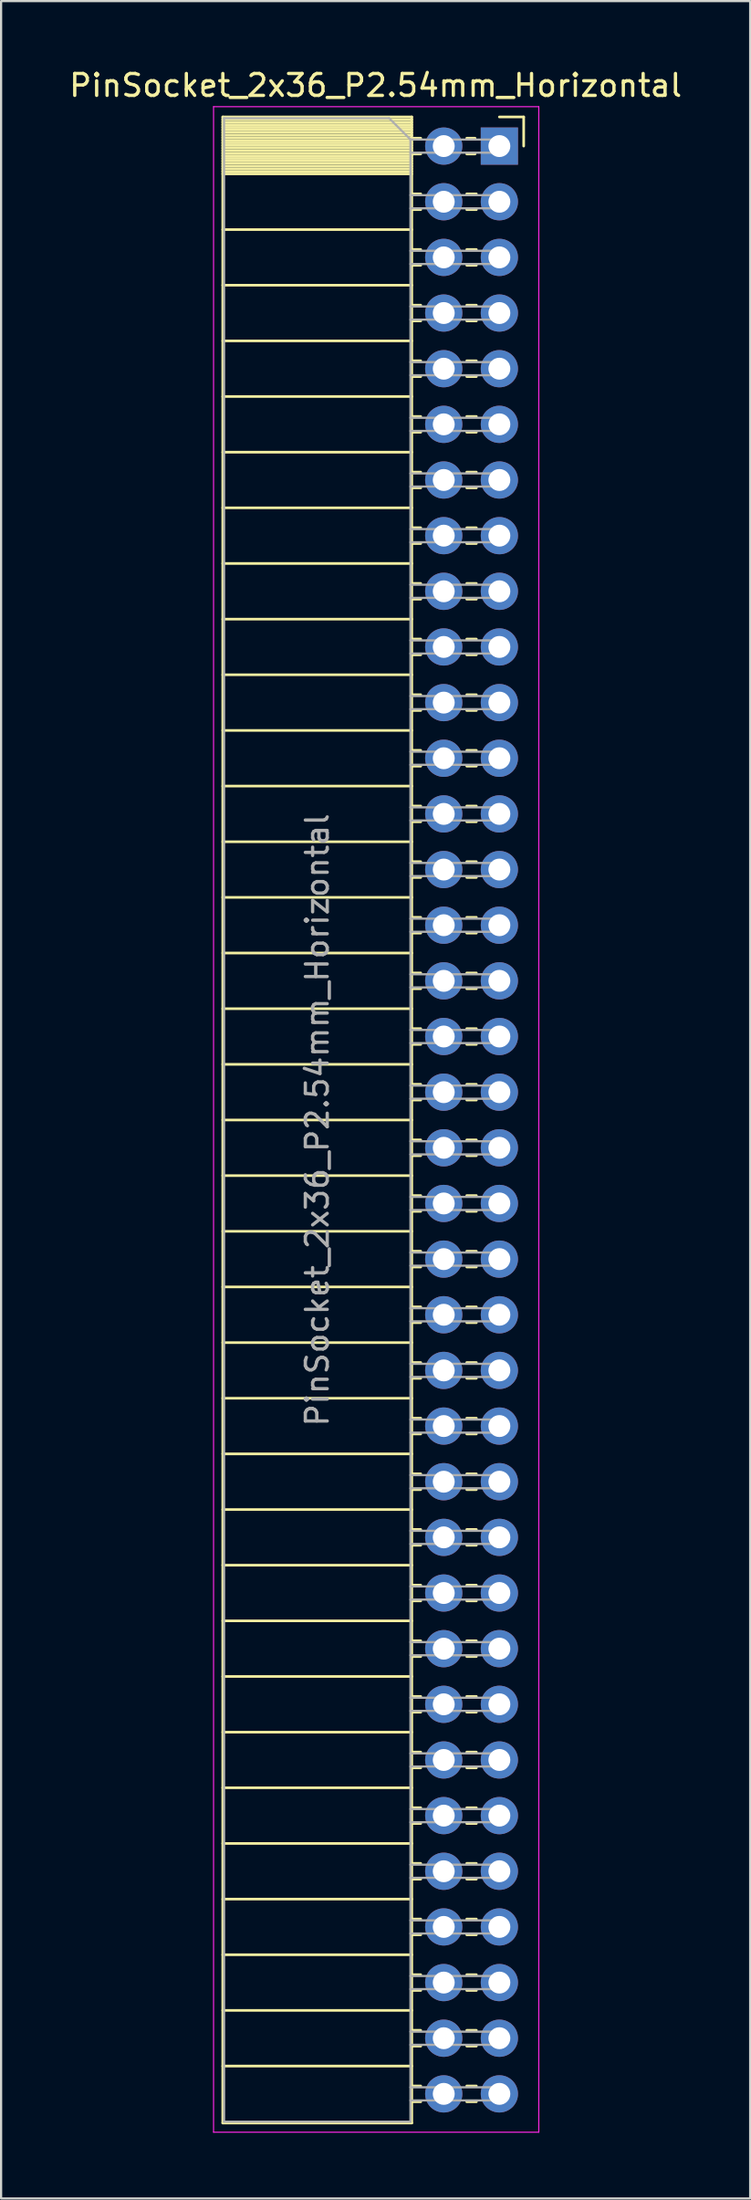
<source format=kicad_pcb>
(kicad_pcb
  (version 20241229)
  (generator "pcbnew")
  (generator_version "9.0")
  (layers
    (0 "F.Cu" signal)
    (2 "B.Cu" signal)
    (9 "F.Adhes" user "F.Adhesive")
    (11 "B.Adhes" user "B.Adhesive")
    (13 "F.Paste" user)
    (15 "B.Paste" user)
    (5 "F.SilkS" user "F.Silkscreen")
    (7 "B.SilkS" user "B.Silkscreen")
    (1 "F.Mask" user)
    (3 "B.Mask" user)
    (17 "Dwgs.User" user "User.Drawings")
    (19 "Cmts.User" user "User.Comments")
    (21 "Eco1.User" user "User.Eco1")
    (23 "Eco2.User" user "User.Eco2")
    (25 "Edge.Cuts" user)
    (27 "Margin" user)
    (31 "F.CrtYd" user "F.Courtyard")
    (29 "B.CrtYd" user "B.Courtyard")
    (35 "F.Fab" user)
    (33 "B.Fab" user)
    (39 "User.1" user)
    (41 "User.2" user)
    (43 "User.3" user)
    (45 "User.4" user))
  (footprint "PinSocket_2x36_P2.54mm_Horizontal"
    (layer "F.Cu")
    (at 19.751 3.618)
    (property "Reference" "PinSocket_2x36_P2.54mm_Horizontal" (at -5.65 -2.77 0) (layer "F.SilkS") (effects (font (size 1 1) (thickness 0.15))))
    (attr through_hole)
    (fp_line (start -12.63 -1.33) (end -12.63 90.23) (stroke (width 0.12) (type solid)) (layer "F.SilkS"))
    (fp_line (start -12.63 -1.33) (end -4 -1.33) (stroke (width 0.12) (type solid)) (layer "F.SilkS"))
    (fp_line (start -12.63 -1.21) (end -4 -1.21) (stroke (width 0.12) (type solid)) (layer "F.SilkS"))
    (fp_line (start -12.63 -1.092) (end -4 -1.092) (stroke (width 0.12) (type solid)) (layer "F.SilkS"))
    (fp_line (start -12.63 -0.974) (end -4 -0.974) (stroke (width 0.12) (type solid)) (layer "F.SilkS"))
    (fp_line (start -12.63 -0.856) (end -4 -0.856) (stroke (width 0.12) (type solid)) (layer "F.SilkS"))
    (fp_line (start -12.63 -0.738) (end -4 -0.738) (stroke (width 0.12) (type solid)) (layer "F.SilkS"))
    (fp_line (start -12.63 -0.62) (end -4 -0.62) (stroke (width 0.12) (type solid)) (layer "F.SilkS"))
    (fp_line (start -12.63 -0.501) (end -4 -0.501) (stroke (width 0.12) (type solid)) (layer "F.SilkS"))
    (fp_line (start -12.63 -0.383) (end -4 -0.383) (stroke (width 0.12) (type solid)) (layer "F.SilkS"))
    (fp_line (start -12.63 -0.265) (end -4 -0.265) (stroke (width 0.12) (type solid)) (layer "F.SilkS"))
    (fp_line (start -12.63 -0.147) (end -4 -0.147) (stroke (width 0.12) (type solid)) (layer "F.SilkS"))
    (fp_line (start -12.63 -0.029) (end -4 -0.029) (stroke (width 0.12) (type solid)) (layer "F.SilkS"))
    (fp_line (start -12.63 0.089) (end -4 0.089) (stroke (width 0.12) (type solid)) (layer "F.SilkS"))
    (fp_line (start -12.63 0.207) (end -4 0.207) (stroke (width 0.12) (type solid)) (layer "F.SilkS"))
    (fp_line (start -12.63 0.325) (end -4 0.325) (stroke (width 0.12) (type solid)) (layer "F.SilkS"))
    (fp_line (start -12.63 0.443) (end -4 0.443) (stroke (width 0.12) (type solid)) (layer "F.SilkS"))
    (fp_line (start -12.63 0.561) (end -4 0.561) (stroke (width 0.12) (type solid)) (layer "F.SilkS"))
    (fp_line (start -12.63 0.68) (end -4 0.68) (stroke (width 0.12) (type solid)) (layer "F.SilkS"))
    (fp_line (start -12.63 0.798) (end -4 0.798) (stroke (width 0.12) (type solid)) (layer "F.SilkS"))
    (fp_line (start -12.63 0.916) (end -4 0.916) (stroke (width 0.12) (type solid)) (layer "F.SilkS"))
    (fp_line (start -12.63 1.034) (end -4 1.034) (stroke (width 0.12) (type solid)) (layer "F.SilkS"))
    (fp_line (start -12.63 1.152) (end -4 1.152) (stroke (width 0.12) (type solid)) (layer "F.SilkS"))
    (fp_line (start -12.63 1.27) (end -4 1.27) (stroke (width 0.12) (type solid)) (layer "F.SilkS"))
    (fp_line (start -12.63 3.81) (end -4 3.81) (stroke (width 0.12) (type solid)) (layer "F.SilkS"))
    (fp_line (start -12.63 6.35) (end -4 6.35) (stroke (width 0.12) (type solid)) (layer "F.SilkS"))
    (fp_line (start -12.63 8.89) (end -4 8.89) (stroke (width 0.12) (type solid)) (layer "F.SilkS"))
    (fp_line (start -12.63 11.43) (end -4 11.43) (stroke (width 0.12) (type solid)) (layer "F.SilkS"))
    (fp_line (start -12.63 13.97) (end -4 13.97) (stroke (width 0.12) (type solid)) (layer "F.SilkS"))
    (fp_line (start -12.63 16.51) (end -4 16.51) (stroke (width 0.12) (type solid)) (layer "F.SilkS"))
    (fp_line (start -12.63 19.05) (end -4 19.05) (stroke (width 0.12) (type solid)) (layer "F.SilkS"))
    (fp_line (start -12.63 21.59) (end -4 21.59) (stroke (width 0.12) (type solid)) (layer "F.SilkS"))
    (fp_line (start -12.63 24.13) (end -4 24.13) (stroke (width 0.12) (type solid)) (layer "F.SilkS"))
    (fp_line (start -12.63 26.67) (end -4 26.67) (stroke (width 0.12) (type solid)) (layer "F.SilkS"))
    (fp_line (start -12.63 29.21) (end -4 29.21) (stroke (width 0.12) (type solid)) (layer "F.SilkS"))
    (fp_line (start -12.63 31.75) (end -4 31.75) (stroke (width 0.12) (type solid)) (layer "F.SilkS"))
    (fp_line (start -12.63 34.29) (end -4 34.29) (stroke (width 0.12) (type solid)) (layer "F.SilkS"))
    (fp_line (start -12.63 36.83) (end -4 36.83) (stroke (width 0.12) (type solid)) (layer "F.SilkS"))
    (fp_line (start -12.63 39.37) (end -4 39.37) (stroke (width 0.12) (type solid)) (layer "F.SilkS"))
    (fp_line (start -12.63 41.91) (end -4 41.91) (stroke (width 0.12) (type solid)) (layer "F.SilkS"))
    (fp_line (start -12.63 44.45) (end -4 44.45) (stroke (width 0.12) (type solid)) (layer "F.SilkS"))
    (fp_line (start -12.63 46.99) (end -4 46.99) (stroke (width 0.12) (type solid)) (layer "F.SilkS"))
    (fp_line (start -12.63 49.53) (end -4 49.53) (stroke (width 0.12) (type solid)) (layer "F.SilkS"))
    (fp_line (start -12.63 52.07) (end -4 52.07) (stroke (width 0.12) (type solid)) (layer "F.SilkS"))
    (fp_line (start -12.63 54.61) (end -4 54.61) (stroke (width 0.12) (type solid)) (layer "F.SilkS"))
    (fp_line (start -12.63 57.15) (end -4 57.15) (stroke (width 0.12) (type solid)) (layer "F.SilkS"))
    (fp_line (start -12.63 59.69) (end -4 59.69) (stroke (width 0.12) (type solid)) (layer "F.SilkS"))
    (fp_line (start -12.63 62.23) (end -4 62.23) (stroke (width 0.12) (type solid)) (layer "F.SilkS"))
    (fp_line (start -12.63 64.77) (end -4 64.77) (stroke (width 0.12) (type solid)) (layer "F.SilkS"))
    (fp_line (start -12.63 67.31) (end -4 67.31) (stroke (width 0.12) (type solid)) (layer "F.SilkS"))
    (fp_line (start -12.63 69.85) (end -4 69.85) (stroke (width 0.12) (type solid)) (layer "F.SilkS"))
    (fp_line (start -12.63 72.39) (end -4 72.39) (stroke (width 0.12) (type solid)) (layer "F.SilkS"))
    (fp_line (start -12.63 74.93) (end -4 74.93) (stroke (width 0.12) (type solid)) (layer "F.SilkS"))
    (fp_line (start -12.63 77.47) (end -4 77.47) (stroke (width 0.12) (type solid)) (layer "F.SilkS"))
    (fp_line (start -12.63 80.01) (end -4 80.01) (stroke (width 0.12) (type solid)) (layer "F.SilkS"))
    (fp_line (start -12.63 82.55) (end -4 82.55) (stroke (width 0.12) (type solid)) (layer "F.SilkS"))
    (fp_line (start -12.63 85.09) (end -4 85.09) (stroke (width 0.12) (type solid)) (layer "F.SilkS"))
    (fp_line (start -12.63 87.63) (end -4 87.63) (stroke (width 0.12) (type solid)) (layer "F.SilkS"))
    (fp_line (start -12.63 90.23) (end -4 90.23) (stroke (width 0.12) (type solid)) (layer "F.SilkS"))
    (fp_line (start -4 -1.33) (end -4 90.23) (stroke (width 0.12) (type solid)) (layer "F.SilkS"))
    (fp_line (start -4 -0.36) (end -3.59 -0.36) (stroke (width 0.12) (type solid)) (layer "F.SilkS"))
    (fp_line (start -4 0.36) (end -3.59 0.36) (stroke (width 0.12) (type solid)) (layer "F.SilkS"))
    (fp_line (start -4 2.18) (end -3.59 2.18) (stroke (width 0.12) (type solid)) (layer "F.SilkS"))
    (fp_line (start -4 2.9) (end -3.59 2.9) (stroke (width 0.12) (type solid)) (layer "F.SilkS"))
    (fp_line (start -4 4.72) (end -3.59 4.72) (stroke (width 0.12) (type solid)) (layer "F.SilkS"))
    (fp_line (start -4 5.44) (end -3.59 5.44) (stroke (width 0.12) (type solid)) (layer "F.SilkS"))
    (fp_line (start -4 7.26) (end -3.59 7.26) (stroke (width 0.12) (type solid)) (layer "F.SilkS"))
    (fp_line (start -4 7.98) (end -3.59 7.98) (stroke (width 0.12) (type solid)) (layer "F.SilkS"))
    (fp_line (start -4 9.8) (end -3.59 9.8) (stroke (width 0.12) (type solid)) (layer "F.SilkS"))
    (fp_line (start -4 10.52) (end -3.59 10.52) (stroke (width 0.12) (type solid)) (layer "F.SilkS"))
    (fp_line (start -4 12.34) (end -3.59 12.34) (stroke (width 0.12) (type solid)) (layer "F.SilkS"))
    (fp_line (start -4 13.06) (end -3.59 13.06) (stroke (width 0.12) (type solid)) (layer "F.SilkS"))
    (fp_line (start -4 14.88) (end -3.59 14.88) (stroke (width 0.12) (type solid)) (layer "F.SilkS"))
    (fp_line (start -4 15.6) (end -3.59 15.6) (stroke (width 0.12) (type solid)) (layer "F.SilkS"))
    (fp_line (start -4 17.42) (end -3.59 17.42) (stroke (width 0.12) (type solid)) (layer "F.SilkS"))
    (fp_line (start -4 18.14) (end -3.59 18.14) (stroke (width 0.12) (type solid)) (layer "F.SilkS"))
    (fp_line (start -4 19.96) (end -3.59 19.96) (stroke (width 0.12) (type solid)) (layer "F.SilkS"))
    (fp_line (start -4 20.68) (end -3.59 20.68) (stroke (width 0.12) (type solid)) (layer "F.SilkS"))
    (fp_line (start -4 22.5) (end -3.59 22.5) (stroke (width 0.12) (type solid)) (layer "F.SilkS"))
    (fp_line (start -4 23.22) (end -3.59 23.22) (stroke (width 0.12) (type solid)) (layer "F.SilkS"))
    (fp_line (start -4 25.04) (end -3.59 25.04) (stroke (width 0.12) (type solid)) (layer "F.SilkS"))
    (fp_line (start -4 25.76) (end -3.59 25.76) (stroke (width 0.12) (type solid)) (layer "F.SilkS"))
    (fp_line (start -4 27.58) (end -3.59 27.58) (stroke (width 0.12) (type solid)) (layer "F.SilkS"))
    (fp_line (start -4 28.3) (end -3.59 28.3) (stroke (width 0.12) (type solid)) (layer "F.SilkS"))
    (fp_line (start -4 30.12) (end -3.59 30.12) (stroke (width 0.12) (type solid)) (layer "F.SilkS"))
    (fp_line (start -4 30.84) (end -3.59 30.84) (stroke (width 0.12) (type solid)) (layer "F.SilkS"))
    (fp_line (start -4 32.66) (end -3.59 32.66) (stroke (width 0.12) (type solid)) (layer "F.SilkS"))
    (fp_line (start -4 33.38) (end -3.59 33.38) (stroke (width 0.12) (type solid)) (layer "F.SilkS"))
    (fp_line (start -4 35.2) (end -3.59 35.2) (stroke (width 0.12) (type solid)) (layer "F.SilkS"))
    (fp_line (start -4 35.92) (end -3.59 35.92) (stroke (width 0.12) (type solid)) (layer "F.SilkS"))
    (fp_line (start -4 37.74) (end -3.59 37.74) (stroke (width 0.12) (type solid)) (layer "F.SilkS"))
    (fp_line (start -4 38.46) (end -3.59 38.46) (stroke (width 0.12) (type solid)) (layer "F.SilkS"))
    (fp_line (start -4 40.28) (end -3.59 40.28) (stroke (width 0.12) (type solid)) (layer "F.SilkS"))
    (fp_line (start -4 41) (end -3.59 41) (stroke (width 0.12) (type solid)) (layer "F.SilkS"))
    (fp_line (start -4 42.82) (end -3.59 42.82) (stroke (width 0.12) (type solid)) (layer "F.SilkS"))
    (fp_line (start -4 43.54) (end -3.59 43.54) (stroke (width 0.12) (type solid)) (layer "F.SilkS"))
    (fp_line (start -4 45.36) (end -3.59 45.36) (stroke (width 0.12) (type solid)) (layer "F.SilkS"))
    (fp_line (start -4 46.08) (end -3.59 46.08) (stroke (width 0.12) (type solid)) (layer "F.SilkS"))
    (fp_line (start -4 47.9) (end -3.59 47.9) (stroke (width 0.12) (type solid)) (layer "F.SilkS"))
    (fp_line (start -4 48.62) (end -3.59 48.62) (stroke (width 0.12) (type solid)) (layer "F.SilkS"))
    (fp_line (start -4 50.44) (end -3.59 50.44) (stroke (width 0.12) (type solid)) (layer "F.SilkS"))
    (fp_line (start -4 51.16) (end -3.59 51.16) (stroke (width 0.12) (type solid)) (layer "F.SilkS"))
    (fp_line (start -4 52.98) (end -3.59 52.98) (stroke (width 0.12) (type solid)) (layer "F.SilkS"))
    (fp_line (start -4 53.7) (end -3.59 53.7) (stroke (width 0.12) (type solid)) (layer "F.SilkS"))
    (fp_line (start -4 55.52) (end -3.59 55.52) (stroke (width 0.12) (type solid)) (layer "F.SilkS"))
    (fp_line (start -4 56.24) (end -3.59 56.24) (stroke (width 0.12) (type solid)) (layer "F.SilkS"))
    (fp_line (start -4 58.06) (end -3.59 58.06) (stroke (width 0.12) (type solid)) (layer "F.SilkS"))
    (fp_line (start -4 58.78) (end -3.59 58.78) (stroke (width 0.12) (type solid)) (layer "F.SilkS"))
    (fp_line (start -4 60.6) (end -3.59 60.6) (stroke (width 0.12) (type solid)) (layer "F.SilkS"))
    (fp_line (start -4 61.32) (end -3.59 61.32) (stroke (width 0.12) (type solid)) (layer "F.SilkS"))
    (fp_line (start -4 63.14) (end -3.59 63.14) (stroke (width 0.12) (type solid)) (layer "F.SilkS"))
    (fp_line (start -4 63.86) (end -3.59 63.86) (stroke (width 0.12) (type solid)) (layer "F.SilkS"))
    (fp_line (start -4 65.68) (end -3.59 65.68) (stroke (width 0.12) (type solid)) (layer "F.SilkS"))
    (fp_line (start -4 66.4) (end -3.59 66.4) (stroke (width 0.12) (type solid)) (layer "F.SilkS"))
    (fp_line (start -4 68.22) (end -3.59 68.22) (stroke (width 0.12) (type solid)) (layer "F.SilkS"))
    (fp_line (start -4 68.94) (end -3.59 68.94) (stroke (width 0.12) (type solid)) (layer "F.SilkS"))
    (fp_line (start -4 70.76) (end -3.59 70.76) (stroke (width 0.12) (type solid)) (layer "F.SilkS"))
    (fp_line (start -4 71.48) (end -3.59 71.48) (stroke (width 0.12) (type solid)) (layer "F.SilkS"))
    (fp_line (start -4 73.3) (end -3.59 73.3) (stroke (width 0.12) (type solid)) (layer "F.SilkS"))
    (fp_line (start -4 74.02) (end -3.59 74.02) (stroke (width 0.12) (type solid)) (layer "F.SilkS"))
    (fp_line (start -4 75.84) (end -3.59 75.84) (stroke (width 0.12) (type solid)) (layer "F.SilkS"))
    (fp_line (start -4 76.56) (end -3.59 76.56) (stroke (width 0.12) (type solid)) (layer "F.SilkS"))
    (fp_line (start -4 78.38) (end -3.59 78.38) (stroke (width 0.12) (type solid)) (layer "F.SilkS"))
    (fp_line (start -4 79.1) (end -3.59 79.1) (stroke (width 0.12) (type solid)) (layer "F.SilkS"))
    (fp_line (start -4 80.92) (end -3.59 80.92) (stroke (width 0.12) (type solid)) (layer "F.SilkS"))
    (fp_line (start -4 81.64) (end -3.59 81.64) (stroke (width 0.12) (type solid)) (layer "F.SilkS"))
    (fp_line (start -4 83.46) (end -3.59 83.46) (stroke (width 0.12) (type solid)) (layer "F.SilkS"))
    (fp_line (start -4 84.18) (end -3.59 84.18) (stroke (width 0.12) (type solid)) (layer "F.SilkS"))
    (fp_line (start -4 86) (end -3.59 86) (stroke (width 0.12) (type solid)) (layer "F.SilkS"))
    (fp_line (start -4 86.72) (end -3.59 86.72) (stroke (width 0.12) (type solid)) (layer "F.SilkS"))
    (fp_line (start -4 88.54) (end -3.59 88.54) (stroke (width 0.12) (type solid)) (layer "F.SilkS"))
    (fp_line (start -4 89.26) (end -3.59 89.26) (stroke (width 0.12) (type solid)) (layer "F.SilkS"))
    (fp_line (start -1.49 -0.36) (end -1.11 -0.36) (stroke (width 0.12) (type solid)) (layer "F.SilkS"))
    (fp_line (start -1.49 0.36) (end -1.11 0.36) (stroke (width 0.12) (type solid)) (layer "F.SilkS"))
    (fp_line (start -1.49 2.18) (end -1.05 2.18) (stroke (width 0.12) (type solid)) (layer "F.SilkS"))
    (fp_line (start -1.49 2.9) (end -1.05 2.9) (stroke (width 0.12) (type solid)) (layer "F.SilkS"))
    (fp_line (start -1.49 4.72) (end -1.05 4.72) (stroke (width 0.12) (type solid)) (layer "F.SilkS"))
    (fp_line (start -1.49 5.44) (end -1.05 5.44) (stroke (width 0.12) (type solid)) (layer "F.SilkS"))
    (fp_line (start -1.49 7.26) (end -1.05 7.26) (stroke (width 0.12) (type solid)) (layer "F.SilkS"))
    (fp_line (start -1.49 7.98) (end -1.05 7.98) (stroke (width 0.12) (type solid)) (layer "F.SilkS"))
    (fp_line (start -1.49 9.8) (end -1.05 9.8) (stroke (width 0.12) (type solid)) (layer "F.SilkS"))
    (fp_line (start -1.49 10.52) (end -1.05 10.52) (stroke (width 0.12) (type solid)) (layer "F.SilkS"))
    (fp_line (start -1.49 12.34) (end -1.05 12.34) (stroke (width 0.12) (type solid)) (layer "F.SilkS"))
    (fp_line (start -1.49 13.06) (end -1.05 13.06) (stroke (width 0.12) (type solid)) (layer "F.SilkS"))
    (fp_line (start -1.49 14.88) (end -1.05 14.88) (stroke (width 0.12) (type solid)) (layer "F.SilkS"))
    (fp_line (start -1.49 15.6) (end -1.05 15.6) (stroke (width 0.12) (type solid)) (layer "F.SilkS"))
    (fp_line (start -1.49 17.42) (end -1.05 17.42) (stroke (width 0.12) (type solid)) (layer "F.SilkS"))
    (fp_line (start -1.49 18.14) (end -1.05 18.14) (stroke (width 0.12) (type solid)) (layer "F.SilkS"))
    (fp_line (start -1.49 19.96) (end -1.05 19.96) (stroke (width 0.12) (type solid)) (layer "F.SilkS"))
    (fp_line (start -1.49 20.68) (end -1.05 20.68) (stroke (width 0.12) (type solid)) (layer "F.SilkS"))
    (fp_line (start -1.49 22.5) (end -1.05 22.5) (stroke (width 0.12) (type solid)) (layer "F.SilkS"))
    (fp_line (start -1.49 23.22) (end -1.05 23.22) (stroke (width 0.12) (type solid)) (layer "F.SilkS"))
    (fp_line (start -1.49 25.04) (end -1.05 25.04) (stroke (width 0.12) (type solid)) (layer "F.SilkS"))
    (fp_line (start -1.49 25.76) (end -1.05 25.76) (stroke (width 0.12) (type solid)) (layer "F.SilkS"))
    (fp_line (start -1.49 27.58) (end -1.05 27.58) (stroke (width 0.12) (type solid)) (layer "F.SilkS"))
    (fp_line (start -1.49 28.3) (end -1.05 28.3) (stroke (width 0.12) (type solid)) (layer "F.SilkS"))
    (fp_line (start -1.49 30.12) (end -1.05 30.12) (stroke (width 0.12) (type solid)) (layer "F.SilkS"))
    (fp_line (start -1.49 30.84) (end -1.05 30.84) (stroke (width 0.12) (type solid)) (layer "F.SilkS"))
    (fp_line (start -1.49 32.66) (end -1.05 32.66) (stroke (width 0.12) (type solid)) (layer "F.SilkS"))
    (fp_line (start -1.49 33.38) (end -1.05 33.38) (stroke (width 0.12) (type solid)) (layer "F.SilkS"))
    (fp_line (start -1.49 35.2) (end -1.05 35.2) (stroke (width 0.12) (type solid)) (layer "F.SilkS"))
    (fp_line (start -1.49 35.92) (end -1.05 35.92) (stroke (width 0.12) (type solid)) (layer "F.SilkS"))
    (fp_line (start -1.49 37.74) (end -1.05 37.74) (stroke (width 0.12) (type solid)) (layer "F.SilkS"))
    (fp_line (start -1.49 38.46) (end -1.05 38.46) (stroke (width 0.12) (type solid)) (layer "F.SilkS"))
    (fp_line (start -1.49 40.28) (end -1.05 40.28) (stroke (width 0.12) (type solid)) (layer "F.SilkS"))
    (fp_line (start -1.49 41) (end -1.05 41) (stroke (width 0.12) (type solid)) (layer "F.SilkS"))
    (fp_line (start -1.49 42.82) (end -1.05 42.82) (stroke (width 0.12) (type solid)) (layer "F.SilkS"))
    (fp_line (start -1.49 43.54) (end -1.05 43.54) (stroke (width 0.12) (type solid)) (layer "F.SilkS"))
    (fp_line (start -1.49 45.36) (end -1.05 45.36) (stroke (width 0.12) (type solid)) (layer "F.SilkS"))
    (fp_line (start -1.49 46.08) (end -1.05 46.08) (stroke (width 0.12) (type solid)) (layer "F.SilkS"))
    (fp_line (start -1.49 47.9) (end -1.05 47.9) (stroke (width 0.12) (type solid)) (layer "F.SilkS"))
    (fp_line (start -1.49 48.62) (end -1.05 48.62) (stroke (width 0.12) (type solid)) (layer "F.SilkS"))
    (fp_line (start -1.49 50.44) (end -1.05 50.44) (stroke (width 0.12) (type solid)) (layer "F.SilkS"))
    (fp_line (start -1.49 51.16) (end -1.05 51.16) (stroke (width 0.12) (type solid)) (layer "F.SilkS"))
    (fp_line (start -1.49 52.98) (end -1.05 52.98) (stroke (width 0.12) (type solid)) (layer "F.SilkS"))
    (fp_line (start -1.49 53.7) (end -1.05 53.7) (stroke (width 0.12) (type solid)) (layer "F.SilkS"))
    (fp_line (start -1.49 55.52) (end -1.05 55.52) (stroke (width 0.12) (type solid)) (layer "F.SilkS"))
    (fp_line (start -1.49 56.24) (end -1.05 56.24) (stroke (width 0.12) (type solid)) (layer "F.SilkS"))
    (fp_line (start -1.49 58.06) (end -1.05 58.06) (stroke (width 0.12) (type solid)) (layer "F.SilkS"))
    (fp_line (start -1.49 58.78) (end -1.05 58.78) (stroke (width 0.12) (type solid)) (layer "F.SilkS"))
    (fp_line (start -1.49 60.6) (end -1.05 60.6) (stroke (width 0.12) (type solid)) (layer "F.SilkS"))
    (fp_line (start -1.49 61.32) (end -1.05 61.32) (stroke (width 0.12) (type solid)) (layer "F.SilkS"))
    (fp_line (start -1.49 63.14) (end -1.05 63.14) (stroke (width 0.12) (type solid)) (layer "F.SilkS"))
    (fp_line (start -1.49 63.86) (end -1.05 63.86) (stroke (width 0.12) (type solid)) (layer "F.SilkS"))
    (fp_line (start -1.49 65.68) (end -1.05 65.68) (stroke (width 0.12) (type solid)) (layer "F.SilkS"))
    (fp_line (start -1.49 66.4) (end -1.05 66.4) (stroke (width 0.12) (type solid)) (layer "F.SilkS"))
    (fp_line (start -1.49 68.22) (end -1.05 68.22) (stroke (width 0.12) (type solid)) (layer "F.SilkS"))
    (fp_line (start -1.49 68.94) (end -1.05 68.94) (stroke (width 0.12) (type solid)) (layer "F.SilkS"))
    (fp_line (start -1.49 70.76) (end -1.05 70.76) (stroke (width 0.12) (type solid)) (layer "F.SilkS"))
    (fp_line (start -1.49 71.48) (end -1.05 71.48) (stroke (width 0.12) (type solid)) (layer "F.SilkS"))
    (fp_line (start -1.49 73.3) (end -1.05 73.3) (stroke (width 0.12) (type solid)) (layer "F.SilkS"))
    (fp_line (start -1.49 74.02) (end -1.05 74.02) (stroke (width 0.12) (type solid)) (layer "F.SilkS"))
    (fp_line (start -1.49 75.84) (end -1.05 75.84) (stroke (width 0.12) (type solid)) (layer "F.SilkS"))
    (fp_line (start -1.49 76.56) (end -1.05 76.56) (stroke (width 0.12) (type solid)) (layer "F.SilkS"))
    (fp_line (start -1.49 78.38) (end -1.05 78.38) (stroke (width 0.12) (type solid)) (layer "F.SilkS"))
    (fp_line (start -1.49 79.1) (end -1.05 79.1) (stroke (width 0.12) (type solid)) (layer "F.SilkS"))
    (fp_line (start -1.49 80.92) (end -1.05 80.92) (stroke (width 0.12) (type solid)) (layer "F.SilkS"))
    (fp_line (start -1.49 81.64) (end -1.05 81.64) (stroke (width 0.12) (type solid)) (layer "F.SilkS"))
    (fp_line (start -1.49 83.46) (end -1.05 83.46) (stroke (width 0.12) (type solid)) (layer "F.SilkS"))
    (fp_line (start -1.49 84.18) (end -1.05 84.18) (stroke (width 0.12) (type solid)) (layer "F.SilkS"))
    (fp_line (start -1.49 86) (end -1.05 86) (stroke (width 0.12) (type solid)) (layer "F.SilkS"))
    (fp_line (start -1.49 86.72) (end -1.05 86.72) (stroke (width 0.12) (type solid)) (layer "F.SilkS"))
    (fp_line (start -1.49 88.54) (end -1.05 88.54) (stroke (width 0.12) (type solid)) (layer "F.SilkS"))
    (fp_line (start -1.49 89.26) (end -1.05 89.26) (stroke (width 0.12) (type solid)) (layer "F.SilkS"))
    (fp_line (start 0 -1.33) (end 1.11 -1.33) (stroke (width 0.12) (type solid)) (layer "F.SilkS"))
    (fp_line (start 1.11 -1.33) (end 1.11 0) (stroke (width 0.12) (type solid)) (layer "F.SilkS"))
    (fp_line (start -13.05 -1.8) (end -13.05 90.65) (stroke (width 0.05) (type solid)) (layer "F.CrtYd"))
    (fp_line (start -13.05 90.65) (end 1.8 90.65) (stroke (width 0.05) (type solid)) (layer "F.CrtYd"))
    (fp_line (start 1.8 -1.8) (end -13.05 -1.8) (stroke (width 0.05) (type solid)) (layer "F.CrtYd"))
    (fp_line (start 1.8 90.65) (end 1.8 -1.8) (stroke (width 0.05) (type solid)) (layer "F.CrtYd"))
    (fp_line (start -12.57 -1.27) (end -5.03 -1.27) (stroke (width 0.1) (type solid)) (layer "F.Fab"))
    (fp_line (start -12.57 90.17) (end -12.57 -1.27) (stroke (width 0.1) (type solid)) (layer "F.Fab"))
    (fp_line (start -5.03 -1.27) (end -4.06 -0.3) (stroke (width 0.1) (type solid)) (layer "F.Fab"))
    (fp_line (start -4.06 -0.3) (end -4.06 90.17) (stroke (width 0.1) (type solid)) (layer "F.Fab"))
    (fp_line (start -4.06 0.3) (end 0 0.3) (stroke (width 0.1) (type solid)) (layer "F.Fab"))
    (fp_line (start -4.06 2.84) (end 0 2.84) (stroke (width 0.1) (type solid)) (layer "F.Fab"))
    (fp_line (start -4.06 5.38) (end 0 5.38) (stroke (width 0.1) (type solid)) (layer "F.Fab"))
    (fp_line (start -4.06 7.92) (end 0 7.92) (stroke (width 0.1) (type solid)) (layer "F.Fab"))
    (fp_line (start -4.06 10.46) (end 0 10.46) (stroke (width 0.1) (type solid)) (layer "F.Fab"))
    (fp_line (start -4.06 13) (end 0 13) (stroke (width 0.1) (type solid)) (layer "F.Fab"))
    (fp_line (start -4.06 15.54) (end 0 15.54) (stroke (width 0.1) (type solid)) (layer "F.Fab"))
    (fp_line (start -4.06 18.08) (end 0 18.08) (stroke (width 0.1) (type solid)) (layer "F.Fab"))
    (fp_line (start -4.06 20.62) (end 0 20.62) (stroke (width 0.1) (type solid)) (layer "F.Fab"))
    (fp_line (start -4.06 23.16) (end 0 23.16) (stroke (width 0.1) (type solid)) (layer "F.Fab"))
    (fp_line (start -4.06 25.7) (end 0 25.7) (stroke (width 0.1) (type solid)) (layer "F.Fab"))
    (fp_line (start -4.06 28.24) (end 0 28.24) (stroke (width 0.1) (type solid)) (layer "F.Fab"))
    (fp_line (start -4.06 30.78) (end 0 30.78) (stroke (width 0.1) (type solid)) (layer "F.Fab"))
    (fp_line (start -4.06 33.32) (end 0 33.32) (stroke (width 0.1) (type solid)) (layer "F.Fab"))
    (fp_line (start -4.06 35.86) (end 0 35.86) (stroke (width 0.1) (type solid)) (layer "F.Fab"))
    (fp_line (start -4.06 38.4) (end 0 38.4) (stroke (width 0.1) (type solid)) (layer "F.Fab"))
    (fp_line (start -4.06 40.94) (end 0 40.94) (stroke (width 0.1) (type solid)) (layer "F.Fab"))
    (fp_line (start -4.06 43.48) (end 0 43.48) (stroke (width 0.1) (type solid)) (layer "F.Fab"))
    (fp_line (start -4.06 46.02) (end 0 46.02) (stroke (width 0.1) (type solid)) (layer "F.Fab"))
    (fp_line (start -4.06 48.56) (end 0 48.56) (stroke (width 0.1) (type solid)) (layer "F.Fab"))
    (fp_line (start -4.06 51.1) (end 0 51.1) (stroke (width 0.1) (type solid)) (layer "F.Fab"))
    (fp_line (start -4.06 53.64) (end 0 53.64) (stroke (width 0.1) (type solid)) (layer "F.Fab"))
    (fp_line (start -4.06 56.18) (end 0 56.18) (stroke (width 0.1) (type solid)) (layer "F.Fab"))
    (fp_line (start -4.06 58.72) (end 0 58.72) (stroke (width 0.1) (type solid)) (layer "F.Fab"))
    (fp_line (start -4.06 61.26) (end 0 61.26) (stroke (width 0.1) (type solid)) (layer "F.Fab"))
    (fp_line (start -4.06 63.8) (end 0 63.8) (stroke (width 0.1) (type solid)) (layer "F.Fab"))
    (fp_line (start -4.06 66.34) (end 0 66.34) (stroke (width 0.1) (type solid)) (layer "F.Fab"))
    (fp_line (start -4.06 68.88) (end 0 68.88) (stroke (width 0.1) (type solid)) (layer "F.Fab"))
    (fp_line (start -4.06 71.42) (end 0 71.42) (stroke (width 0.1) (type solid)) (layer "F.Fab"))
    (fp_line (start -4.06 73.96) (end 0 73.96) (stroke (width 0.1) (type solid)) (layer "F.Fab"))
    (fp_line (start -4.06 76.5) (end 0 76.5) (stroke (width 0.1) (type solid)) (layer "F.Fab"))
    (fp_line (start -4.06 79.04) (end 0 79.04) (stroke (width 0.1) (type solid)) (layer "F.Fab"))
    (fp_line (start -4.06 81.58) (end 0 81.58) (stroke (width 0.1) (type solid)) (layer "F.Fab"))
    (fp_line (start -4.06 84.12) (end 0 84.12) (stroke (width 0.1) (type solid)) (layer "F.Fab"))
    (fp_line (start -4.06 86.66) (end 0 86.66) (stroke (width 0.1) (type solid)) (layer "F.Fab"))
    (fp_line (start -4.06 89.2) (end 0 89.2) (stroke (width 0.1) (type solid)) (layer "F.Fab"))
    (fp_line (start -4.06 90.17) (end -12.57 90.17) (stroke (width 0.1) (type solid)) (layer "F.Fab"))
    (fp_line (start 0 -0.3) (end -4.06 -0.3) (stroke (width 0.1) (type solid)) (layer "F.Fab"))
    (fp_line (start 0 0.3) (end 0 -0.3) (stroke (width 0.1) (type solid)) (layer "F.Fab"))
    (fp_line (start 0 2.24) (end -4.06 2.24) (stroke (width 0.1) (type solid)) (layer "F.Fab"))
    (fp_line (start 0 2.84) (end 0 2.24) (stroke (width 0.1) (type solid)) (layer "F.Fab"))
    (fp_line (start 0 4.78) (end -4.06 4.78) (stroke (width 0.1) (type solid)) (layer "F.Fab"))
    (fp_line (start 0 5.38) (end 0 4.78) (stroke (width 0.1) (type solid)) (layer "F.Fab"))
    (fp_line (start 0 7.32) (end -4.06 7.32) (stroke (width 0.1) (type solid)) (layer "F.Fab"))
    (fp_line (start 0 7.92) (end 0 7.32) (stroke (width 0.1) (type solid)) (layer "F.Fab"))
    (fp_line (start 0 9.86) (end -4.06 9.86) (stroke (width 0.1) (type solid)) (layer "F.Fab"))
    (fp_line (start 0 10.46) (end 0 9.86) (stroke (width 0.1) (type solid)) (layer "F.Fab"))
    (fp_line (start 0 12.4) (end -4.06 12.4) (stroke (width 0.1) (type solid)) (layer "F.Fab"))
    (fp_line (start 0 13) (end 0 12.4) (stroke (width 0.1) (type solid)) (layer "F.Fab"))
    (fp_line (start 0 14.94) (end -4.06 14.94) (stroke (width 0.1) (type solid)) (layer "F.Fab"))
    (fp_line (start 0 15.54) (end 0 14.94) (stroke (width 0.1) (type solid)) (layer "F.Fab"))
    (fp_line (start 0 17.48) (end -4.06 17.48) (stroke (width 0.1) (type solid)) (layer "F.Fab"))
    (fp_line (start 0 18.08) (end 0 17.48) (stroke (width 0.1) (type solid)) (layer "F.Fab"))
    (fp_line (start 0 20.02) (end -4.06 20.02) (stroke (width 0.1) (type solid)) (layer "F.Fab"))
    (fp_line (start 0 20.62) (end 0 20.02) (stroke (width 0.1) (type solid)) (layer "F.Fab"))
    (fp_line (start 0 22.56) (end -4.06 22.56) (stroke (width 0.1) (type solid)) (layer "F.Fab"))
    (fp_line (start 0 23.16) (end 0 22.56) (stroke (width 0.1) (type solid)) (layer "F.Fab"))
    (fp_line (start 0 25.1) (end -4.06 25.1) (stroke (width 0.1) (type solid)) (layer "F.Fab"))
    (fp_line (start 0 25.7) (end 0 25.1) (stroke (width 0.1) (type solid)) (layer "F.Fab"))
    (fp_line (start 0 27.64) (end -4.06 27.64) (stroke (width 0.1) (type solid)) (layer "F.Fab"))
    (fp_line (start 0 28.24) (end 0 27.64) (stroke (width 0.1) (type solid)) (layer "F.Fab"))
    (fp_line (start 0 30.18) (end -4.06 30.18) (stroke (width 0.1) (type solid)) (layer "F.Fab"))
    (fp_line (start 0 30.78) (end 0 30.18) (stroke (width 0.1) (type solid)) (layer "F.Fab"))
    (fp_line (start 0 32.72) (end -4.06 32.72) (stroke (width 0.1) (type solid)) (layer "F.Fab"))
    (fp_line (start 0 33.32) (end 0 32.72) (stroke (width 0.1) (type solid)) (layer "F.Fab"))
    (fp_line (start 0 35.26) (end -4.06 35.26) (stroke (width 0.1) (type solid)) (layer "F.Fab"))
    (fp_line (start 0 35.86) (end 0 35.26) (stroke (width 0.1) (type solid)) (layer "F.Fab"))
    (fp_line (start 0 37.8) (end -4.06 37.8) (stroke (width 0.1) (type solid)) (layer "F.Fab"))
    (fp_line (start 0 38.4) (end 0 37.8) (stroke (width 0.1) (type solid)) (layer "F.Fab"))
    (fp_line (start 0 40.34) (end -4.06 40.34) (stroke (width 0.1) (type solid)) (layer "F.Fab"))
    (fp_line (start 0 40.94) (end 0 40.34) (stroke (width 0.1) (type solid)) (layer "F.Fab"))
    (fp_line (start 0 42.88) (end -4.06 42.88) (stroke (width 0.1) (type solid)) (layer "F.Fab"))
    (fp_line (start 0 43.48) (end 0 42.88) (stroke (width 0.1) (type solid)) (layer "F.Fab"))
    (fp_line (start 0 45.42) (end -4.06 45.42) (stroke (width 0.1) (type solid)) (layer "F.Fab"))
    (fp_line (start 0 46.02) (end 0 45.42) (stroke (width 0.1) (type solid)) (layer "F.Fab"))
    (fp_line (start 0 47.96) (end -4.06 47.96) (stroke (width 0.1) (type solid)) (layer "F.Fab"))
    (fp_line (start 0 48.56) (end 0 47.96) (stroke (width 0.1) (type solid)) (layer "F.Fab"))
    (fp_line (start 0 50.5) (end -4.06 50.5) (stroke (width 0.1) (type solid)) (layer "F.Fab"))
    (fp_line (start 0 51.1) (end 0 50.5) (stroke (width 0.1) (type solid)) (layer "F.Fab"))
    (fp_line (start 0 53.04) (end -4.06 53.04) (stroke (width 0.1) (type solid)) (layer "F.Fab"))
    (fp_line (start 0 53.64) (end 0 53.04) (stroke (width 0.1) (type solid)) (layer "F.Fab"))
    (fp_line (start 0 55.58) (end -4.06 55.58) (stroke (width 0.1) (type solid)) (layer "F.Fab"))
    (fp_line (start 0 56.18) (end 0 55.58) (stroke (width 0.1) (type solid)) (layer "F.Fab"))
    (fp_line (start 0 58.12) (end -4.06 58.12) (stroke (width 0.1) (type solid)) (layer "F.Fab"))
    (fp_line (start 0 58.72) (end 0 58.12) (stroke (width 0.1) (type solid)) (layer "F.Fab"))
    (fp_line (start 0 60.66) (end -4.06 60.66) (stroke (width 0.1) (type solid)) (layer "F.Fab"))
    (fp_line (start 0 61.26) (end 0 60.66) (stroke (width 0.1) (type solid)) (layer "F.Fab"))
    (fp_line (start 0 63.2) (end -4.06 63.2) (stroke (width 0.1) (type solid)) (layer "F.Fab"))
    (fp_line (start 0 63.8) (end 0 63.2) (stroke (width 0.1) (type solid)) (layer "F.Fab"))
    (fp_line (start 0 65.74) (end -4.06 65.74) (stroke (width 0.1) (type solid)) (layer "F.Fab"))
    (fp_line (start 0 66.34) (end 0 65.74) (stroke (width 0.1) (type solid)) (layer "F.Fab"))
    (fp_line (start 0 68.28) (end -4.06 68.28) (stroke (width 0.1) (type solid)) (layer "F.Fab"))
    (fp_line (start 0 68.88) (end 0 68.28) (stroke (width 0.1) (type solid)) (layer "F.Fab"))
    (fp_line (start 0 70.82) (end -4.06 70.82) (stroke (width 0.1) (type solid)) (layer "F.Fab"))
    (fp_line (start 0 71.42) (end 0 70.82) (stroke (width 0.1) (type solid)) (layer "F.Fab"))
    (fp_line (start 0 73.36) (end -4.06 73.36) (stroke (width 0.1) (type solid)) (layer "F.Fab"))
    (fp_line (start 0 73.96) (end 0 73.36) (stroke (width 0.1) (type solid)) (layer "F.Fab"))
    (fp_line (start 0 75.9) (end -4.06 75.9) (stroke (width 0.1) (type solid)) (layer "F.Fab"))
    (fp_line (start 0 76.5) (end 0 75.9) (stroke (width 0.1) (type solid)) (layer "F.Fab"))
    (fp_line (start 0 78.44) (end -4.06 78.44) (stroke (width 0.1) (type solid)) (layer "F.Fab"))
    (fp_line (start 0 79.04) (end 0 78.44) (stroke (width 0.1) (type solid)) (layer "F.Fab"))
    (fp_line (start 0 80.98) (end -4.06 80.98) (stroke (width 0.1) (type solid)) (layer "F.Fab"))
    (fp_line (start 0 81.58) (end 0 80.98) (stroke (width 0.1) (type solid)) (layer "F.Fab"))
    (fp_line (start 0 83.52) (end -4.06 83.52) (stroke (width 0.1) (type solid)) (layer "F.Fab"))
    (fp_line (start 0 84.12) (end 0 83.52) (stroke (width 0.1) (type solid)) (layer "F.Fab"))
    (fp_line (start 0 86.06) (end -4.06 86.06) (stroke (width 0.1) (type solid)) (layer "F.Fab"))
    (fp_line (start 0 86.66) (end 0 86.06) (stroke (width 0.1) (type solid)) (layer "F.Fab"))
    (fp_line (start 0 88.6) (end -4.06 88.6) (stroke (width 0.1) (type solid)) (layer "F.Fab"))
    (fp_line (start 0 89.2) (end 0 88.6) (stroke (width 0.1) (type solid)) (layer "F.Fab"))
    (fp_text user "${REFERENCE}" (at -8.315 44.45 90) (layer "F.Fab") (effects (font (size 1 1) (thickness 0.15))))
    (pad "1" thru_hole rect (at 0 0) (size 1.7 1.7) (drill 1) (layers "*.Cu" "*.Mask"))
    (pad "2" thru_hole oval (at -2.54 0) (size 1.7 1.7) (drill 1) (layers "*.Cu" "*.Mask"))
    (pad "3" thru_hole oval (at 0 2.54) (size 1.7 1.7) (drill 1) (layers "*.Cu" "*.Mask"))
    (pad "4" thru_hole oval (at -2.54 2.54) (size 1.7 1.7) (drill 1) (layers "*.Cu" "*.Mask"))
    (pad "5" thru_hole oval (at 0 5.08) (size 1.7 1.7) (drill 1) (layers "*.Cu" "*.Mask"))
    (pad "6" thru_hole oval (at -2.54 5.08) (size 1.7 1.7) (drill 1) (layers "*.Cu" "*.Mask"))
    (pad "7" thru_hole oval (at 0 7.62) (size 1.7 1.7) (drill 1) (layers "*.Cu" "*.Mask"))
    (pad "8" thru_hole oval (at -2.54 7.62) (size 1.7 1.7) (drill 1) (layers "*.Cu" "*.Mask"))
    (pad "9" thru_hole oval (at 0 10.16) (size 1.7 1.7) (drill 1) (layers "*.Cu" "*.Mask"))
    (pad "10" thru_hole oval (at -2.54 10.16) (size 1.7 1.7) (drill 1) (layers "*.Cu" "*.Mask"))
    (pad "11" thru_hole oval (at 0 12.7) (size 1.7 1.7) (drill 1) (layers "*.Cu" "*.Mask"))
    (pad "12" thru_hole oval (at -2.54 12.7) (size 1.7 1.7) (drill 1) (layers "*.Cu" "*.Mask"))
    (pad "13" thru_hole oval (at 0 15.24) (size 1.7 1.7) (drill 1) (layers "*.Cu" "*.Mask"))
    (pad "14" thru_hole oval (at -2.54 15.24) (size 1.7 1.7) (drill 1) (layers "*.Cu" "*.Mask"))
    (pad "15" thru_hole oval (at 0 17.78) (size 1.7 1.7) (drill 1) (layers "*.Cu" "*.Mask"))
    (pad "16" thru_hole oval (at -2.54 17.78) (size 1.7 1.7) (drill 1) (layers "*.Cu" "*.Mask"))
    (pad "17" thru_hole oval (at 0 20.32) (size 1.7 1.7) (drill 1) (layers "*.Cu" "*.Mask"))
    (pad "18" thru_hole oval (at -2.54 20.32) (size 1.7 1.7) (drill 1) (layers "*.Cu" "*.Mask"))
    (pad "19" thru_hole oval (at 0 22.86) (size 1.7 1.7) (drill 1) (layers "*.Cu" "*.Mask"))
    (pad "20" thru_hole oval (at -2.54 22.86) (size 1.7 1.7) (drill 1) (layers "*.Cu" "*.Mask"))
    (pad "21" thru_hole oval (at 0 25.4) (size 1.7 1.7) (drill 1) (layers "*.Cu" "*.Mask"))
    (pad "22" thru_hole oval (at -2.54 25.4) (size 1.7 1.7) (drill 1) (layers "*.Cu" "*.Mask"))
    (pad "23" thru_hole oval (at 0 27.94) (size 1.7 1.7) (drill 1) (layers "*.Cu" "*.Mask"))
    (pad "24" thru_hole oval (at -2.54 27.94) (size 1.7 1.7) (drill 1) (layers "*.Cu" "*.Mask"))
    (pad "25" thru_hole oval (at 0 30.48) (size 1.7 1.7) (drill 1) (layers "*.Cu" "*.Mask"))
    (pad "26" thru_hole oval (at -2.54 30.48) (size 1.7 1.7) (drill 1) (layers "*.Cu" "*.Mask"))
    (pad "27" thru_hole oval (at 0 33.02) (size 1.7 1.7) (drill 1) (layers "*.Cu" "*.Mask"))
    (pad "28" thru_hole oval (at -2.54 33.02) (size 1.7 1.7) (drill 1) (layers "*.Cu" "*.Mask"))
    (pad "29" thru_hole oval (at 0 35.56) (size 1.7 1.7) (drill 1) (layers "*.Cu" "*.Mask"))
    (pad "30" thru_hole oval (at -2.54 35.56) (size 1.7 1.7) (drill 1) (layers "*.Cu" "*.Mask"))
    (pad "31" thru_hole oval (at 0 38.1) (size 1.7 1.7) (drill 1) (layers "*.Cu" "*.Mask"))
    (pad "32" thru_hole oval (at -2.54 38.1) (size 1.7 1.7) (drill 1) (layers "*.Cu" "*.Mask"))
    (pad "33" thru_hole oval (at 0 40.64) (size 1.7 1.7) (drill 1) (layers "*.Cu" "*.Mask"))
    (pad "34" thru_hole oval (at -2.54 40.64) (size 1.7 1.7) (drill 1) (layers "*.Cu" "*.Mask"))
    (pad "35" thru_hole oval (at 0 43.18) (size 1.7 1.7) (drill 1) (layers "*.Cu" "*.Mask"))
    (pad "36" thru_hole oval (at -2.54 43.18) (size 1.7 1.7) (drill 1) (layers "*.Cu" "*.Mask"))
    (pad "37" thru_hole oval (at 0 45.72) (size 1.7 1.7) (drill 1) (layers "*.Cu" "*.Mask"))
    (pad "38" thru_hole oval (at -2.54 45.72) (size 1.7 1.7) (drill 1) (layers "*.Cu" "*.Mask"))
    (pad "39" thru_hole oval (at 0 48.26) (size 1.7 1.7) (drill 1) (layers "*.Cu" "*.Mask"))
    (pad "40" thru_hole oval (at -2.54 48.26) (size 1.7 1.7) (drill 1) (layers "*.Cu" "*.Mask"))
    (pad "41" thru_hole oval (at 0 50.8) (size 1.7 1.7) (drill 1) (layers "*.Cu" "*.Mask"))
    (pad "42" thru_hole oval (at -2.54 50.8) (size 1.7 1.7) (drill 1) (layers "*.Cu" "*.Mask"))
    (pad "43" thru_hole oval (at 0 53.34) (size 1.7 1.7) (drill 1) (layers "*.Cu" "*.Mask"))
    (pad "44" thru_hole oval (at -2.54 53.34) (size 1.7 1.7) (drill 1) (layers "*.Cu" "*.Mask"))
    (pad "45" thru_hole oval (at 0 55.88) (size 1.7 1.7) (drill 1) (layers "*.Cu" "*.Mask"))
    (pad "46" thru_hole oval (at -2.54 55.88) (size 1.7 1.7) (drill 1) (layers "*.Cu" "*.Mask"))
    (pad "47" thru_hole oval (at 0 58.42) (size 1.7 1.7) (drill 1) (layers "*.Cu" "*.Mask"))
    (pad "48" thru_hole oval (at -2.54 58.42) (size 1.7 1.7) (drill 1) (layers "*.Cu" "*.Mask"))
    (pad "49" thru_hole oval (at 0 60.96) (size 1.7 1.7) (drill 1) (layers "*.Cu" "*.Mask"))
    (pad "50" thru_hole oval (at -2.54 60.96) (size 1.7 1.7) (drill 1) (layers "*.Cu" "*.Mask"))
    (pad "51" thru_hole oval (at 0 63.5) (size 1.7 1.7) (drill 1) (layers "*.Cu" "*.Mask"))
    (pad "52" thru_hole oval (at -2.54 63.5) (size 1.7 1.7) (drill 1) (layers "*.Cu" "*.Mask"))
    (pad "53" thru_hole oval (at 0 66.04) (size 1.7 1.7) (drill 1) (layers "*.Cu" "*.Mask"))
    (pad "54" thru_hole oval (at -2.54 66.04) (size 1.7 1.7) (drill 1) (layers "*.Cu" "*.Mask"))
    (pad "55" thru_hole oval (at 0 68.58) (size 1.7 1.7) (drill 1) (layers "*.Cu" "*.Mask"))
    (pad "56" thru_hole oval (at -2.54 68.58) (size 1.7 1.7) (drill 1) (layers "*.Cu" "*.Mask"))
    (pad "57" thru_hole oval (at 0 71.12) (size 1.7 1.7) (drill 1) (layers "*.Cu" "*.Mask"))
    (pad "58" thru_hole oval (at -2.54 71.12) (size 1.7 1.7) (drill 1) (layers "*.Cu" "*.Mask"))
    (pad "59" thru_hole oval (at 0 73.66) (size 1.7 1.7) (drill 1) (layers "*.Cu" "*.Mask"))
    (pad "60" thru_hole oval (at -2.54 73.66) (size 1.7 1.7) (drill 1) (layers "*.Cu" "*.Mask"))
    (pad "61" thru_hole oval (at 0 76.2) (size 1.7 1.7) (drill 1) (layers "*.Cu" "*.Mask"))
    (pad "62" thru_hole oval (at -2.54 76.2) (size 1.7 1.7) (drill 1) (layers "*.Cu" "*.Mask"))
    (pad "63" thru_hole oval (at 0 78.74) (size 1.7 1.7) (drill 1) (layers "*.Cu" "*.Mask"))
    (pad "64" thru_hole oval (at -2.54 78.74) (size 1.7 1.7) (drill 1) (layers "*.Cu" "*.Mask"))
    (pad "65" thru_hole oval (at 0 81.28) (size 1.7 1.7) (drill 1) (layers "*.Cu" "*.Mask"))
    (pad "66" thru_hole oval (at -2.54 81.28) (size 1.7 1.7) (drill 1) (layers "*.Cu" "*.Mask"))
    (pad "67" thru_hole oval (at 0 83.82) (size 1.7 1.7) (drill 1) (layers "*.Cu" "*.Mask"))
    (pad "68" thru_hole oval (at -2.54 83.82) (size 1.7 1.7) (drill 1) (layers "*.Cu" "*.Mask"))
    (pad "69" thru_hole oval (at 0 86.36) (size 1.7 1.7) (drill 1) (layers "*.Cu" "*.Mask"))
    (pad "70" thru_hole oval (at -2.54 86.36) (size 1.7 1.7) (drill 1) (layers "*.Cu" "*.Mask"))
    (pad "71" thru_hole oval (at 0 88.9) (size 1.7 1.7) (drill 1) (layers "*.Cu" "*.Mask"))
    (pad "72" thru_hole oval (at -2.54 88.9) (size 1.7 1.7) (drill 1) (layers "*.Cu" "*.Mask")))
  (gr_rect
    (start -3 -3)
    (end 31.202 97.293)
    (stroke (width 0.1) (type default))
    (fill no)
    (layer "Edge.Cuts")))
</source>
